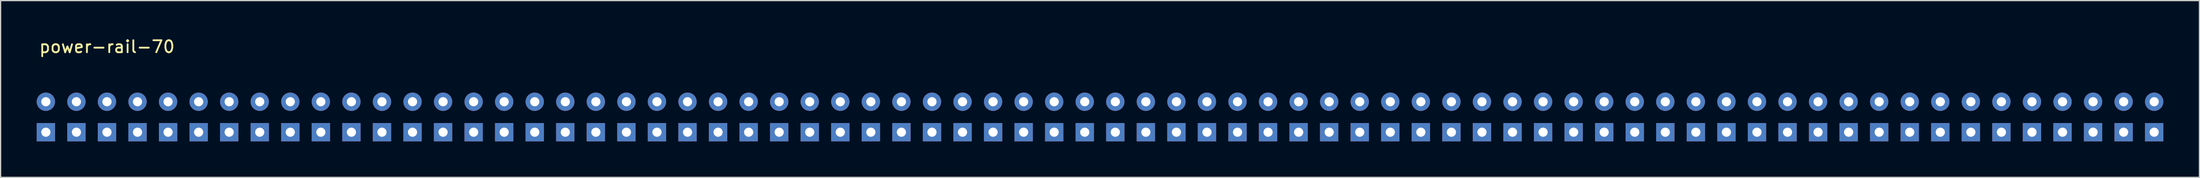
<source format=kicad_pcb>
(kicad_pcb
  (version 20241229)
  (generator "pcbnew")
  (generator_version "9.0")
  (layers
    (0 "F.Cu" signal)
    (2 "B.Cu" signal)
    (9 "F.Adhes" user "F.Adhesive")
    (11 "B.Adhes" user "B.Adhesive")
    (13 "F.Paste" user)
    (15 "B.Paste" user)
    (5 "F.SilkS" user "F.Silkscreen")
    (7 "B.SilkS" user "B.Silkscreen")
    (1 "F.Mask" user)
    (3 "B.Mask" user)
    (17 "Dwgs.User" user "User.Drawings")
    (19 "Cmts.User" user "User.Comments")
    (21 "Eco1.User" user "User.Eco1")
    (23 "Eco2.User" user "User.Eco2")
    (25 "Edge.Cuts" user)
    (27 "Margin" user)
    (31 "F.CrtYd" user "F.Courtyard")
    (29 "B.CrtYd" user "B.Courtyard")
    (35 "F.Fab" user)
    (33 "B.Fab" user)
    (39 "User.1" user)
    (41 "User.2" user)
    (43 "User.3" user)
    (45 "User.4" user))
  (footprint "power-rail-70"
    (layer "F.Cu")
    (at 5.842 0.348)
    (property "Reference" "power-rail-70" (at 0 0.5 0) (layer "F.SilkS") (effects (font (size 1 1) (thickness 0.15))))
    (attr through_hole)
    (pad "+" thru_hole circle (at -5.08 5.08) (size 1.524 1.524) (drill 0.762) (layers "*.Cu" "*.Mask"))
    (pad "+" thru_hole circle (at -2.54 5.08) (size 1.524 1.524) (drill 0.762) (layers "*.Cu" "*.Mask"))
    (pad "+" thru_hole circle (at 0 5.08) (size 1.524 1.524) (drill 0.762) (layers "*.Cu" "*.Mask"))
    (pad "+" thru_hole circle (at 2.54 5.08) (size 1.524 1.524) (drill 0.762) (layers "*.Cu" "*.Mask"))
    (pad "+" thru_hole circle (at 5.08 5.08) (size 1.524 1.524) (drill 0.762) (layers "*.Cu" "*.Mask"))
    (pad "+" thru_hole circle (at 7.62 5.08) (size 1.524 1.524) (drill 0.762) (layers "*.Cu" "*.Mask"))
    (pad "+" thru_hole circle (at 10.16 5.08) (size 1.524 1.524) (drill 0.762) (layers "*.Cu" "*.Mask"))
    (pad "+" thru_hole circle (at 12.7 5.08) (size 1.524 1.524) (drill 0.762) (layers "*.Cu" "*.Mask"))
    (pad "+" thru_hole circle (at 15.24 5.08) (size 1.524 1.524) (drill 0.762) (layers "*.Cu" "*.Mask"))
    (pad "+" thru_hole circle (at 17.78 5.08) (size 1.524 1.524) (drill 0.762) (layers "*.Cu" "*.Mask"))
    (pad "+" thru_hole circle (at 20.32 5.08) (size 1.524 1.524) (drill 0.762) (layers "*.Cu" "*.Mask"))
    (pad "+" thru_hole circle (at 22.86 5.08) (size 1.524 1.524) (drill 0.762) (layers "*.Cu" "*.Mask"))
    (pad "+" thru_hole circle (at 25.4 5.08) (size 1.524 1.524) (drill 0.762) (layers "*.Cu" "*.Mask"))
    (pad "+" thru_hole circle (at 27.94 5.08) (size 1.524 1.524) (drill 0.762) (layers "*.Cu" "*.Mask"))
    (pad "+" thru_hole circle (at 30.48 5.08) (size 1.524 1.524) (drill 0.762) (layers "*.Cu" "*.Mask"))
    (pad "+" thru_hole circle (at 33.02 5.08) (size 1.524 1.524) (drill 0.762) (layers "*.Cu" "*.Mask"))
    (pad "+" thru_hole circle (at 35.56 5.08) (size 1.524 1.524) (drill 0.762) (layers "*.Cu" "*.Mask"))
    (pad "+" thru_hole circle (at 38.1 5.08) (size 1.524 1.524) (drill 0.762) (layers "*.Cu" "*.Mask"))
    (pad "+" thru_hole circle (at 40.64 5.08) (size 1.524 1.524) (drill 0.762) (layers "*.Cu" "*.Mask"))
    (pad "+" thru_hole circle (at 43.18 5.08) (size 1.524 1.524) (drill 0.762) (layers "*.Cu" "*.Mask"))
    (pad "+" thru_hole circle (at 45.72 5.08) (size 1.524 1.524) (drill 0.762) (layers "*.Cu" "*.Mask"))
    (pad "+" thru_hole circle (at 48.26 5.08) (size 1.524 1.524) (drill 0.762) (layers "*.Cu" "*.Mask"))
    (pad "+" thru_hole circle (at 50.8 5.08) (size 1.524 1.524) (drill 0.762) (layers "*.Cu" "*.Mask"))
    (pad "+" thru_hole circle (at 53.34 5.08) (size 1.524 1.524) (drill 0.762) (layers "*.Cu" "*.Mask"))
    (pad "+" thru_hole circle (at 55.88 5.08) (size 1.524 1.524) (drill 0.762) (layers "*.Cu" "*.Mask"))
    (pad "+" thru_hole circle (at 58.42 5.08) (size 1.524 1.524) (drill 0.762) (layers "*.Cu" "*.Mask"))
    (pad "+" thru_hole circle (at 60.96 5.08) (size 1.524 1.524) (drill 0.762) (layers "*.Cu" "*.Mask"))
    (pad "+" thru_hole circle (at 63.5 5.08) (size 1.524 1.524) (drill 0.762) (layers "*.Cu" "*.Mask"))
    (pad "+" thru_hole circle (at 66.04 5.08) (size 1.524 1.524) (drill 0.762) (layers "*.Cu" "*.Mask"))
    (pad "+" thru_hole circle (at 68.58 5.08) (size 1.524 1.524) (drill 0.762) (layers "*.Cu" "*.Mask"))
    (pad "+" thru_hole circle (at 71.12 5.08) (size 1.524 1.524) (drill 0.762) (layers "*.Cu" "*.Mask"))
    (pad "+" thru_hole circle (at 73.66 5.08) (size 1.524 1.524) (drill 0.762) (layers "*.Cu" "*.Mask"))
    (pad "+" thru_hole circle (at 76.2 5.08) (size 1.524 1.524) (drill 0.762) (layers "*.Cu" "*.Mask"))
    (pad "+" thru_hole circle (at 78.74 5.08) (size 1.524 1.524) (drill 0.762) (layers "*.Cu" "*.Mask"))
    (pad "+" thru_hole circle (at 81.28 5.08) (size 1.524 1.524) (drill 0.762) (layers "*.Cu" "*.Mask"))
    (pad "+" thru_hole circle (at 83.82 5.08) (size 1.524 1.524) (drill 0.762) (layers "*.Cu" "*.Mask"))
    (pad "+" thru_hole circle (at 86.36 5.08) (size 1.524 1.524) (drill 0.762) (layers "*.Cu" "*.Mask"))
    (pad "+" thru_hole circle (at 88.9 5.08) (size 1.524 1.524) (drill 0.762) (layers "*.Cu" "*.Mask"))
    (pad "+" thru_hole circle (at 91.44 5.08) (size 1.524 1.524) (drill 0.762) (layers "*.Cu" "*.Mask"))
    (pad "+" thru_hole circle (at 93.98 5.08) (size 1.524 1.524) (drill 0.762) (layers "*.Cu" "*.Mask"))
    (pad "+" thru_hole circle (at 96.52 5.08) (size 1.524 1.524) (drill 0.762) (layers "*.Cu" "*.Mask"))
    (pad "+" thru_hole circle (at 99.06 5.08) (size 1.524 1.524) (drill 0.762) (layers "*.Cu" "*.Mask"))
    (pad "+" thru_hole circle (at 101.6 5.08) (size 1.524 1.524) (drill 0.762) (layers "*.Cu" "*.Mask"))
    (pad "+" thru_hole circle (at 104.14 5.08) (size 1.524 1.524) (drill 0.762) (layers "*.Cu" "*.Mask"))
    (pad "+" thru_hole circle (at 106.68 5.08) (size 1.524 1.524) (drill 0.762) (layers "*.Cu" "*.Mask"))
    (pad "+" thru_hole circle (at 109.22 5.08) (size 1.524 1.524) (drill 0.762) (layers "*.Cu" "*.Mask"))
    (pad "+" thru_hole circle (at 111.76 5.08) (size 1.524 1.524) (drill 0.762) (layers "*.Cu" "*.Mask"))
    (pad "+" thru_hole circle (at 114.3 5.08) (size 1.524 1.524) (drill 0.762) (layers "*.Cu" "*.Mask"))
    (pad "+" thru_hole circle (at 116.84 5.08) (size 1.524 1.524) (drill 0.762) (layers "*.Cu" "*.Mask"))
    (pad "+" thru_hole circle (at 119.38 5.08) (size 1.524 1.524) (drill 0.762) (layers "*.Cu" "*.Mask"))
    (pad "+" thru_hole circle (at 121.92 5.08) (size 1.524 1.524) (drill 0.762) (layers "*.Cu" "*.Mask"))
    (pad "+" thru_hole circle (at 124.46 5.08) (size 1.524 1.524) (drill 0.762) (layers "*.Cu" "*.Mask"))
    (pad "+" thru_hole circle (at 127 5.08) (size 1.524 1.524) (drill 0.762) (layers "*.Cu" "*.Mask"))
    (pad "+" thru_hole circle (at 129.54 5.08) (size 1.524 1.524) (drill 0.762) (layers "*.Cu" "*.Mask"))
    (pad "+" thru_hole circle (at 132.08 5.08) (size 1.524 1.524) (drill 0.762) (layers "*.Cu" "*.Mask"))
    (pad "+" thru_hole circle (at 134.62 5.08) (size 1.524 1.524) (drill 0.762) (layers "*.Cu" "*.Mask"))
    (pad "+" thru_hole circle (at 137.16 5.08) (size 1.524 1.524) (drill 0.762) (layers "*.Cu" "*.Mask"))
    (pad "+" thru_hole circle (at 139.7 5.08) (size 1.524 1.524) (drill 0.762) (layers "*.Cu" "*.Mask"))
    (pad "+" thru_hole circle (at 142.24 5.08) (size 1.524 1.524) (drill 0.762) (layers "*.Cu" "*.Mask"))
    (pad "+" thru_hole circle (at 144.78 5.08) (size 1.524 1.524) (drill 0.762) (layers "*.Cu" "*.Mask"))
    (pad "+" thru_hole circle (at 147.32 5.08) (size 1.524 1.524) (drill 0.762) (layers "*.Cu" "*.Mask"))
    (pad "+" thru_hole circle (at 149.86 5.08) (size 1.524 1.524) (drill 0.762) (layers "*.Cu" "*.Mask"))
    (pad "+" thru_hole circle (at 152.4 5.08) (size 1.524 1.524) (drill 0.762) (layers "*.Cu" "*.Mask"))
    (pad "+" thru_hole circle (at 154.94 5.08) (size 1.524 1.524) (drill 0.762) (layers "*.Cu" "*.Mask"))
    (pad "+" thru_hole circle (at 157.48 5.08) (size 1.524 1.524) (drill 0.762) (layers "*.Cu" "*.Mask"))
    (pad "+" thru_hole circle (at 160.02 5.08) (size 1.524 1.524) (drill 0.762) (layers "*.Cu" "*.Mask"))
    (pad "+" thru_hole circle (at 162.56 5.08) (size 1.524 1.524) (drill 0.762) (layers "*.Cu" "*.Mask"))
    (pad "+" thru_hole circle (at 165.1 5.08) (size 1.524 1.524) (drill 0.762) (layers "*.Cu" "*.Mask"))
    (pad "+" thru_hole circle (at 167.64 5.08) (size 1.524 1.524) (drill 0.762) (layers "*.Cu" "*.Mask"))
    (pad "+" thru_hole circle (at 170.18 5.08) (size 1.524 1.524) (drill 0.762) (layers "*.Cu" "*.Mask"))
    (pad "-" thru_hole rect (at -5.08 7.62) (size 1.524 1.524) (drill 0.762) (layers "*.Cu" "*.Mask"))
    (pad "-" thru_hole rect (at -2.54 7.62) (size 1.524 1.524) (drill 0.762) (layers "*.Cu" "*.Mask"))
    (pad "-" thru_hole rect (at 0 7.62) (size 1.524 1.524) (drill 0.762) (layers "*.Cu" "*.Mask"))
    (pad "-" thru_hole rect (at 2.54 7.62) (size 1.524 1.524) (drill 0.762) (layers "*.Cu" "*.Mask"))
    (pad "-" thru_hole rect (at 5.08 7.62) (size 1.524 1.524) (drill 0.762) (layers "*.Cu" "*.Mask"))
    (pad "-" thru_hole rect (at 7.62 7.62) (size 1.524 1.524) (drill 0.762) (layers "*.Cu" "*.Mask"))
    (pad "-" thru_hole rect (at 10.16 7.62) (size 1.524 1.524) (drill 0.762) (layers "*.Cu" "*.Mask"))
    (pad "-" thru_hole rect (at 12.7 7.62) (size 1.524 1.524) (drill 0.762) (layers "*.Cu" "*.Mask"))
    (pad "-" thru_hole rect (at 15.24 7.62) (size 1.524 1.524) (drill 0.762) (layers "*.Cu" "*.Mask"))
    (pad "-" thru_hole rect (at 17.78 7.62) (size 1.524 1.524) (drill 0.762) (layers "*.Cu" "*.Mask"))
    (pad "-" thru_hole rect (at 20.32 7.62) (size 1.524 1.524) (drill 0.762) (layers "*.Cu" "*.Mask"))
    (pad "-" thru_hole rect (at 22.86 7.62) (size 1.524 1.524) (drill 0.762) (layers "*.Cu" "*.Mask"))
    (pad "-" thru_hole rect (at 25.4 7.62) (size 1.524 1.524) (drill 0.762) (layers "*.Cu" "*.Mask"))
    (pad "-" thru_hole rect (at 27.94 7.62) (size 1.524 1.524) (drill 0.762) (layers "*.Cu" "*.Mask"))
    (pad "-" thru_hole rect (at 30.48 7.62) (size 1.524 1.524) (drill 0.762) (layers "*.Cu" "*.Mask"))
    (pad "-" thru_hole rect (at 33.02 7.62) (size 1.524 1.524) (drill 0.762) (layers "*.Cu" "*.Mask"))
    (pad "-" thru_hole rect (at 35.56 7.62) (size 1.524 1.524) (drill 0.762) (layers "*.Cu" "*.Mask"))
    (pad "-" thru_hole rect (at 38.1 7.62) (size 1.524 1.524) (drill 0.762) (layers "*.Cu" "*.Mask"))
    (pad "-" thru_hole rect (at 40.64 7.62) (size 1.524 1.524) (drill 0.762) (layers "*.Cu" "*.Mask"))
    (pad "-" thru_hole rect (at 43.18 7.62) (size 1.524 1.524) (drill 0.762) (layers "*.Cu" "*.Mask"))
    (pad "-" thru_hole rect (at 45.72 7.62) (size 1.524 1.524) (drill 0.762) (layers "*.Cu" "*.Mask"))
    (pad "-" thru_hole rect (at 48.26 7.62) (size 1.524 1.524) (drill 0.762) (layers "*.Cu" "*.Mask"))
    (pad "-" thru_hole rect (at 50.8 7.62) (size 1.524 1.524) (drill 0.762) (layers "*.Cu" "*.Mask"))
    (pad "-" thru_hole rect (at 53.34 7.62) (size 1.524 1.524) (drill 0.762) (layers "*.Cu" "*.Mask"))
    (pad "-" thru_hole rect (at 55.88 7.62) (size 1.524 1.524) (drill 0.762) (layers "*.Cu" "*.Mask"))
    (pad "-" thru_hole rect (at 58.42 7.62) (size 1.524 1.524) (drill 0.762) (layers "*.Cu" "*.Mask"))
    (pad "-" thru_hole rect (at 60.96 7.62) (size 1.524 1.524) (drill 0.762) (layers "*.Cu" "*.Mask"))
    (pad "-" thru_hole rect (at 63.5 7.62) (size 1.524 1.524) (drill 0.762) (layers "*.Cu" "*.Mask"))
    (pad "-" thru_hole rect (at 66.04 7.62) (size 1.524 1.524) (drill 0.762) (layers "*.Cu" "*.Mask"))
    (pad "-" thru_hole rect (at 68.58 7.62) (size 1.524 1.524) (drill 0.762) (layers "*.Cu" "*.Mask"))
    (pad "-" thru_hole rect (at 71.12 7.62) (size 1.524 1.524) (drill 0.762) (layers "*.Cu" "*.Mask"))
    (pad "-" thru_hole rect (at 73.66 7.62) (size 1.524 1.524) (drill 0.762) (layers "*.Cu" "*.Mask"))
    (pad "-" thru_hole rect (at 76.2 7.62) (size 1.524 1.524) (drill 0.762) (layers "*.Cu" "*.Mask"))
    (pad "-" thru_hole rect (at 78.74 7.62) (size 1.524 1.524) (drill 0.762) (layers "*.Cu" "*.Mask"))
    (pad "-" thru_hole rect (at 81.28 7.62) (size 1.524 1.524) (drill 0.762) (layers "*.Cu" "*.Mask"))
    (pad "-" thru_hole rect (at 83.82 7.62) (size 1.524 1.524) (drill 0.762) (layers "*.Cu" "*.Mask"))
    (pad "-" thru_hole rect (at 86.36 7.62) (size 1.524 1.524) (drill 0.762) (layers "*.Cu" "*.Mask"))
    (pad "-" thru_hole rect (at 88.9 7.62) (size 1.524 1.524) (drill 0.762) (layers "*.Cu" "*.Mask"))
    (pad "-" thru_hole rect (at 91.44 7.62) (size 1.524 1.524) (drill 0.762) (layers "*.Cu" "*.Mask"))
    (pad "-" thru_hole rect (at 93.98 7.62) (size 1.524 1.524) (drill 0.762) (layers "*.Cu" "*.Mask"))
    (pad "-" thru_hole rect (at 96.52 7.62) (size 1.524 1.524) (drill 0.762) (layers "*.Cu" "*.Mask"))
    (pad "-" thru_hole rect (at 99.06 7.62) (size 1.524 1.524) (drill 0.762) (layers "*.Cu" "*.Mask"))
    (pad "-" thru_hole rect (at 101.6 7.62) (size 1.524 1.524) (drill 0.762) (layers "*.Cu" "*.Mask"))
    (pad "-" thru_hole rect (at 104.14 7.62) (size 1.524 1.524) (drill 0.762) (layers "*.Cu" "*.Mask"))
    (pad "-" thru_hole rect (at 106.68 7.62) (size 1.524 1.524) (drill 0.762) (layers "*.Cu" "*.Mask"))
    (pad "-" thru_hole rect (at 109.22 7.62) (size 1.524 1.524) (drill 0.762) (layers "*.Cu" "*.Mask"))
    (pad "-" thru_hole rect (at 111.76 7.62) (size 1.524 1.524) (drill 0.762) (layers "*.Cu" "*.Mask"))
    (pad "-" thru_hole rect (at 114.3 7.62) (size 1.524 1.524) (drill 0.762) (layers "*.Cu" "*.Mask"))
    (pad "-" thru_hole rect (at 116.84 7.62) (size 1.524 1.524) (drill 0.762) (layers "*.Cu" "*.Mask"))
    (pad "-" thru_hole rect (at 119.38 7.62) (size 1.524 1.524) (drill 0.762) (layers "*.Cu" "*.Mask"))
    (pad "-" thru_hole rect (at 121.92 7.62) (size 1.524 1.524) (drill 0.762) (layers "*.Cu" "*.Mask"))
    (pad "-" thru_hole rect (at 124.46 7.62) (size 1.524 1.524) (drill 0.762) (layers "*.Cu" "*.Mask"))
    (pad "-" thru_hole rect (at 127 7.62) (size 1.524 1.524) (drill 0.762) (layers "*.Cu" "*.Mask"))
    (pad "-" thru_hole rect (at 129.54 7.62) (size 1.524 1.524) (drill 0.762) (layers "*.Cu" "*.Mask"))
    (pad "-" thru_hole rect (at 132.08 7.62) (size 1.524 1.524) (drill 0.762) (layers "*.Cu" "*.Mask"))
    (pad "-" thru_hole rect (at 134.62 7.62) (size 1.524 1.524) (drill 0.762) (layers "*.Cu" "*.Mask"))
    (pad "-" thru_hole rect (at 137.16 7.62) (size 1.524 1.524) (drill 0.762) (layers "*.Cu" "*.Mask"))
    (pad "-" thru_hole rect (at 139.7 7.62) (size 1.524 1.524) (drill 0.762) (layers "*.Cu" "*.Mask"))
    (pad "-" thru_hole rect (at 142.24 7.62) (size 1.524 1.524) (drill 0.762) (layers "*.Cu" "*.Mask"))
    (pad "-" thru_hole rect (at 144.78 7.62) (size 1.524 1.524) (drill 0.762) (layers "*.Cu" "*.Mask"))
    (pad "-" thru_hole rect (at 147.32 7.62) (size 1.524 1.524) (drill 0.762) (layers "*.Cu" "*.Mask"))
    (pad "-" thru_hole rect (at 149.86 7.62) (size 1.524 1.524) (drill 0.762) (layers "*.Cu" "*.Mask"))
    (pad "-" thru_hole rect (at 152.4 7.62) (size 1.524 1.524) (drill 0.762) (layers "*.Cu" "*.Mask"))
    (pad "-" thru_hole rect (at 154.94 7.62) (size 1.524 1.524) (drill 0.762) (layers "*.Cu" "*.Mask"))
    (pad "-" thru_hole rect (at 157.48 7.62) (size 1.524 1.524) (drill 0.762) (layers "*.Cu" "*.Mask"))
    (pad "-" thru_hole rect (at 160.02 7.62) (size 1.524 1.524) (drill 0.762) (layers "*.Cu" "*.Mask"))
    (pad "-" thru_hole rect (at 162.56 7.62) (size 1.524 1.524) (drill 0.762) (layers "*.Cu" "*.Mask"))
    (pad "-" thru_hole rect (at 165.1 7.62) (size 1.524 1.524) (drill 0.762) (layers "*.Cu" "*.Mask"))
    (pad "-" thru_hole rect (at 167.64 7.62) (size 1.524 1.524) (drill 0.762) (layers "*.Cu" "*.Mask"))
    (pad "-" thru_hole rect (at 170.18 7.62) (size 1.524 1.524) (drill 0.762) (layers "*.Cu" "*.Mask")))
  (gr_rect
    (start -3 -3)
    (end 179.784 11.73)
    (stroke (width 0.1) (type default))
    (fill no)
    (layer "Edge.Cuts")))
</source>
